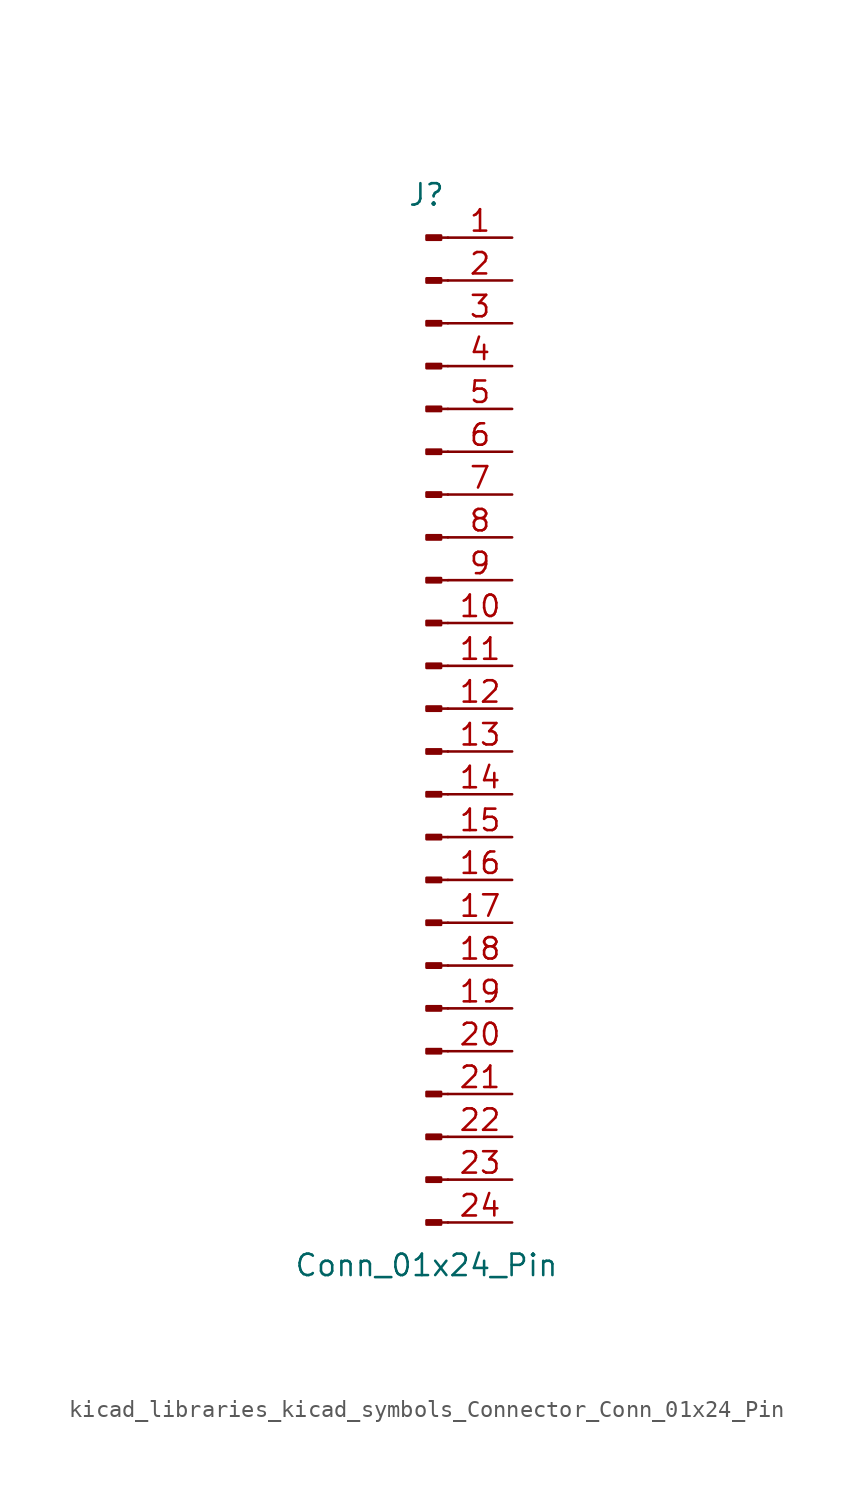
<source format=kicad_sym>
(kicad_symbol_lib
  (version 20220914)
  (generator kicad_symbol_editor)
  (symbol "kicad_libraries_kicad_symbols_Connector_Conn_01x24_Pin"
    (pin_names
      (offset 1.016) hide)
    (property "Reference" "J"
      (at 0 30.48 0)
      (effects (font (size 1.27 1.27))))
    (property "Value" "Conn_01x24_Pin"
      (at 0 -33.02 0)
      (effects (font (size 1.27 1.27))))
    (property "ki_locked" ""
      (at 0 0 0)
      (effects (font (size 1.27 1.27))))
    (symbol "kicad_libraries_kicad_symbols_Connector_Conn_01x24_Pin_1_1"
      (polyline (pts (xy 1.27 -30.48) (xy 0.864 -30.48)) (stroke (width 0.152) (type default)) (fill (type none)))
      (polyline (pts (xy 1.27 -27.94) (xy 0.864 -27.94)) (stroke (width 0.152) (type default)) (fill (type none)))
      (polyline (pts (xy 1.27 -25.4) (xy 0.864 -25.4)) (stroke (width 0.152) (type default)) (fill (type none)))
      (polyline (pts (xy 1.27 -22.86) (xy 0.864 -22.86)) (stroke (width 0.152) (type default)) (fill (type none)))
      (polyline (pts (xy 1.27 -20.32) (xy 0.864 -20.32)) (stroke (width 0.152) (type default)) (fill (type none)))
      (polyline (pts (xy 1.27 -17.78) (xy 0.864 -17.78)) (stroke (width 0.152) (type default)) (fill (type none)))
      (polyline (pts (xy 1.27 -15.24) (xy 0.864 -15.24)) (stroke (width 0.152) (type default)) (fill (type none)))
      (polyline (pts (xy 1.27 -12.7) (xy 0.864 -12.7)) (stroke (width 0.152) (type default)) (fill (type none)))
      (polyline (pts (xy 1.27 -10.16) (xy 0.864 -10.16)) (stroke (width 0.152) (type default)) (fill (type none)))
      (polyline (pts (xy 1.27 -7.62) (xy 0.864 -7.62)) (stroke (width 0.152) (type default)) (fill (type none)))
      (polyline (pts (xy 1.27 -5.08) (xy 0.864 -5.08)) (stroke (width 0.152) (type default)) (fill (type none)))
      (polyline (pts (xy 1.27 -2.54) (xy 0.864 -2.54)) (stroke (width 0.152) (type default)) (fill (type none)))
      (polyline (pts (xy 1.27 0) (xy 0.864 0)) (stroke (width 0.152) (type default)) (fill (type none)))
      (polyline (pts (xy 1.27 2.54) (xy 0.864 2.54)) (stroke (width 0.152) (type default)) (fill (type none)))
      (polyline (pts (xy 1.27 5.08) (xy 0.864 5.08)) (stroke (width 0.152) (type default)) (fill (type none)))
      (polyline (pts (xy 1.27 7.62) (xy 0.864 7.62)) (stroke (width 0.152) (type default)) (fill (type none)))
      (polyline (pts (xy 1.27 10.16) (xy 0.864 10.16)) (stroke (width 0.152) (type default)) (fill (type none)))
      (polyline (pts (xy 1.27 12.7) (xy 0.864 12.7)) (stroke (width 0.152) (type default)) (fill (type none)))
      (polyline (pts (xy 1.27 15.24) (xy 0.864 15.24)) (stroke (width 0.152) (type default)) (fill (type none)))
      (polyline (pts (xy 1.27 17.78) (xy 0.864 17.78)) (stroke (width 0.152) (type default)) (fill (type none)))
      (polyline (pts (xy 1.27 20.32) (xy 0.864 20.32)) (stroke (width 0.152) (type default)) (fill (type none)))
      (polyline (pts (xy 1.27 22.86) (xy 0.864 22.86)) (stroke (width 0.152) (type default)) (fill (type none)))
      (polyline (pts (xy 1.27 25.4) (xy 0.864 25.4)) (stroke (width 0.152) (type default)) (fill (type none)))
      (polyline (pts (xy 1.27 27.94) (xy 0.864 27.94)) (stroke (width 0.152) (type default)) (fill (type none)))
      (rectangle (start 0.864 -30.353) (end 0 -30.607) (stroke (width 0.152) (type default)) (fill (type outline)))
      (rectangle (start 0.864 -27.813) (end 0 -28.067) (stroke (width 0.152) (type default)) (fill (type outline)))
      (rectangle (start 0.864 -25.273) (end 0 -25.527) (stroke (width 0.152) (type default)) (fill (type outline)))
      (rectangle (start 0.864 -22.733) (end 0 -22.987) (stroke (width 0.152) (type default)) (fill (type outline)))
      (rectangle (start 0.864 -20.193) (end 0 -20.447) (stroke (width 0.152) (type default)) (fill (type outline)))
      (rectangle (start 0.864 -17.653) (end 0 -17.907) (stroke (width 0.152) (type default)) (fill (type outline)))
      (rectangle (start 0.864 -15.113) (end 0 -15.367) (stroke (width 0.152) (type default)) (fill (type outline)))
      (rectangle (start 0.864 -12.573) (end 0 -12.827) (stroke (width 0.152) (type default)) (fill (type outline)))
      (rectangle (start 0.864 -10.033) (end 0 -10.287) (stroke (width 0.152) (type default)) (fill (type outline)))
      (rectangle (start 0.864 -7.493) (end 0 -7.747) (stroke (width 0.152) (type default)) (fill (type outline)))
      (rectangle (start 0.864 -4.953) (end 0 -5.207) (stroke (width 0.152) (type default)) (fill (type outline)))
      (rectangle (start 0.864 -2.413) (end 0 -2.667) (stroke (width 0.152) (type default)) (fill (type outline)))
      (rectangle (start 0.864 0.127) (end 0 -0.127) (stroke (width 0.152) (type default)) (fill (type outline)))
      (rectangle (start 0.864 2.667) (end 0 2.413) (stroke (width 0.152) (type default)) (fill (type outline)))
      (rectangle (start 0.864 5.207) (end 0 4.953) (stroke (width 0.152) (type default)) (fill (type outline)))
      (rectangle (start 0.864 7.747) (end 0 7.493) (stroke (width 0.152) (type default)) (fill (type outline)))
      (rectangle (start 0.864 10.287) (end 0 10.033) (stroke (width 0.152) (type default)) (fill (type outline)))
      (rectangle (start 0.864 12.827) (end 0 12.573) (stroke (width 0.152) (type default)) (fill (type outline)))
      (rectangle (start 0.864 15.367) (end 0 15.113) (stroke (width 0.152) (type default)) (fill (type outline)))
      (rectangle (start 0.864 17.907) (end 0 17.653) (stroke (width 0.152) (type default)) (fill (type outline)))
      (rectangle (start 0.864 20.447) (end 0 20.193) (stroke (width 0.152) (type default)) (fill (type outline)))
      (rectangle (start 0.864 22.987) (end 0 22.733) (stroke (width 0.152) (type default)) (fill (type outline)))
      (rectangle (start 0.864 25.527) (end 0 25.273) (stroke (width 0.152) (type default)) (fill (type outline)))
      (rectangle (start 0.864 28.067) (end 0 27.813) (stroke (width 0.152) (type default)) (fill (type outline)))
      (pin passive line (at 5.08 27.94 180) (length 3.81) (name "Pin_1" (effects (font (size 1.27 1.27)))) (number "1" (effects (font (size 1.27 1.27)))))
      (pin passive line (at 5.08 5.08 180) (length 3.81) (name "Pin_10" (effects (font (size 1.27 1.27)))) (number "10" (effects (font (size 1.27 1.27)))))
      (pin passive line (at 5.08 2.54 180) (length 3.81) (name "Pin_11" (effects (font (size 1.27 1.27)))) (number "11" (effects (font (size 1.27 1.27)))))
      (pin passive line (at 5.08 0 180) (length 3.81) (name "Pin_12" (effects (font (size 1.27 1.27)))) (number "12" (effects (font (size 1.27 1.27)))))
      (pin passive line (at 5.08 -2.54 180) (length 3.81) (name "Pin_13" (effects (font (size 1.27 1.27)))) (number "13" (effects (font (size 1.27 1.27)))))
      (pin passive line (at 5.08 -5.08 180) (length 3.81) (name "Pin_14" (effects (font (size 1.27 1.27)))) (number "14" (effects (font (size 1.27 1.27)))))
      (pin passive line (at 5.08 -7.62 180) (length 3.81) (name "Pin_15" (effects (font (size 1.27 1.27)))) (number "15" (effects (font (size 1.27 1.27)))))
      (pin passive line (at 5.08 -10.16 180) (length 3.81) (name "Pin_16" (effects (font (size 1.27 1.27)))) (number "16" (effects (font (size 1.27 1.27)))))
      (pin passive line (at 5.08 -12.7 180) (length 3.81) (name "Pin_17" (effects (font (size 1.27 1.27)))) (number "17" (effects (font (size 1.27 1.27)))))
      (pin passive line (at 5.08 -15.24 180) (length 3.81) (name "Pin_18" (effects (font (size 1.27 1.27)))) (number "18" (effects (font (size 1.27 1.27)))))
      (pin passive line (at 5.08 -17.78 180) (length 3.81) (name "Pin_19" (effects (font (size 1.27 1.27)))) (number "19" (effects (font (size 1.27 1.27)))))
      (pin passive line (at 5.08 25.4 180) (length 3.81) (name "Pin_2" (effects (font (size 1.27 1.27)))) (number "2" (effects (font (size 1.27 1.27)))))
      (pin passive line (at 5.08 -20.32 180) (length 3.81) (name "Pin_20" (effects (font (size 1.27 1.27)))) (number "20" (effects (font (size 1.27 1.27)))))
      (pin passive line (at 5.08 -22.86 180) (length 3.81) (name "Pin_21" (effects (font (size 1.27 1.27)))) (number "21" (effects (font (size 1.27 1.27)))))
      (pin passive line (at 5.08 -25.4 180) (length 3.81) (name "Pin_22" (effects (font (size 1.27 1.27)))) (number "22" (effects (font (size 1.27 1.27)))))
      (pin passive line (at 5.08 -27.94 180) (length 3.81) (name "Pin_23" (effects (font (size 1.27 1.27)))) (number "23" (effects (font (size 1.27 1.27)))))
      (pin passive line (at 5.08 -30.48 180) (length 3.81) (name "Pin_24" (effects (font (size 1.27 1.27)))) (number "24" (effects (font (size 1.27 1.27)))))
      (pin passive line (at 5.08 22.86 180) (length 3.81) (name "Pin_3" (effects (font (size 1.27 1.27)))) (number "3" (effects (font (size 1.27 1.27)))))
      (pin passive line (at 5.08 20.32 180) (length 3.81) (name "Pin_4" (effects (font (size 1.27 1.27)))) (number "4" (effects (font (size 1.27 1.27)))))
      (pin passive line (at 5.08 17.78 180) (length 3.81) (name "Pin_5" (effects (font (size 1.27 1.27)))) (number "5" (effects (font (size 1.27 1.27)))))
      (pin passive line (at 5.08 15.24 180) (length 3.81) (name "Pin_6" (effects (font (size 1.27 1.27)))) (number "6" (effects (font (size 1.27 1.27)))))
      (pin passive line (at 5.08 12.7 180) (length 3.81) (name "Pin_7" (effects (font (size 1.27 1.27)))) (number "7" (effects (font (size 1.27 1.27)))))
      (pin passive line (at 5.08 10.16 180) (length 3.81) (name "Pin_8" (effects (font (size 1.27 1.27)))) (number "8" (effects (font (size 1.27 1.27)))))
      (pin passive line (at 5.08 7.62 180) (length 3.81) (name "Pin_9" (effects (font (size 1.27 1.27)))) (number "9" (effects (font (size 1.27 1.27))))))))
</source>
